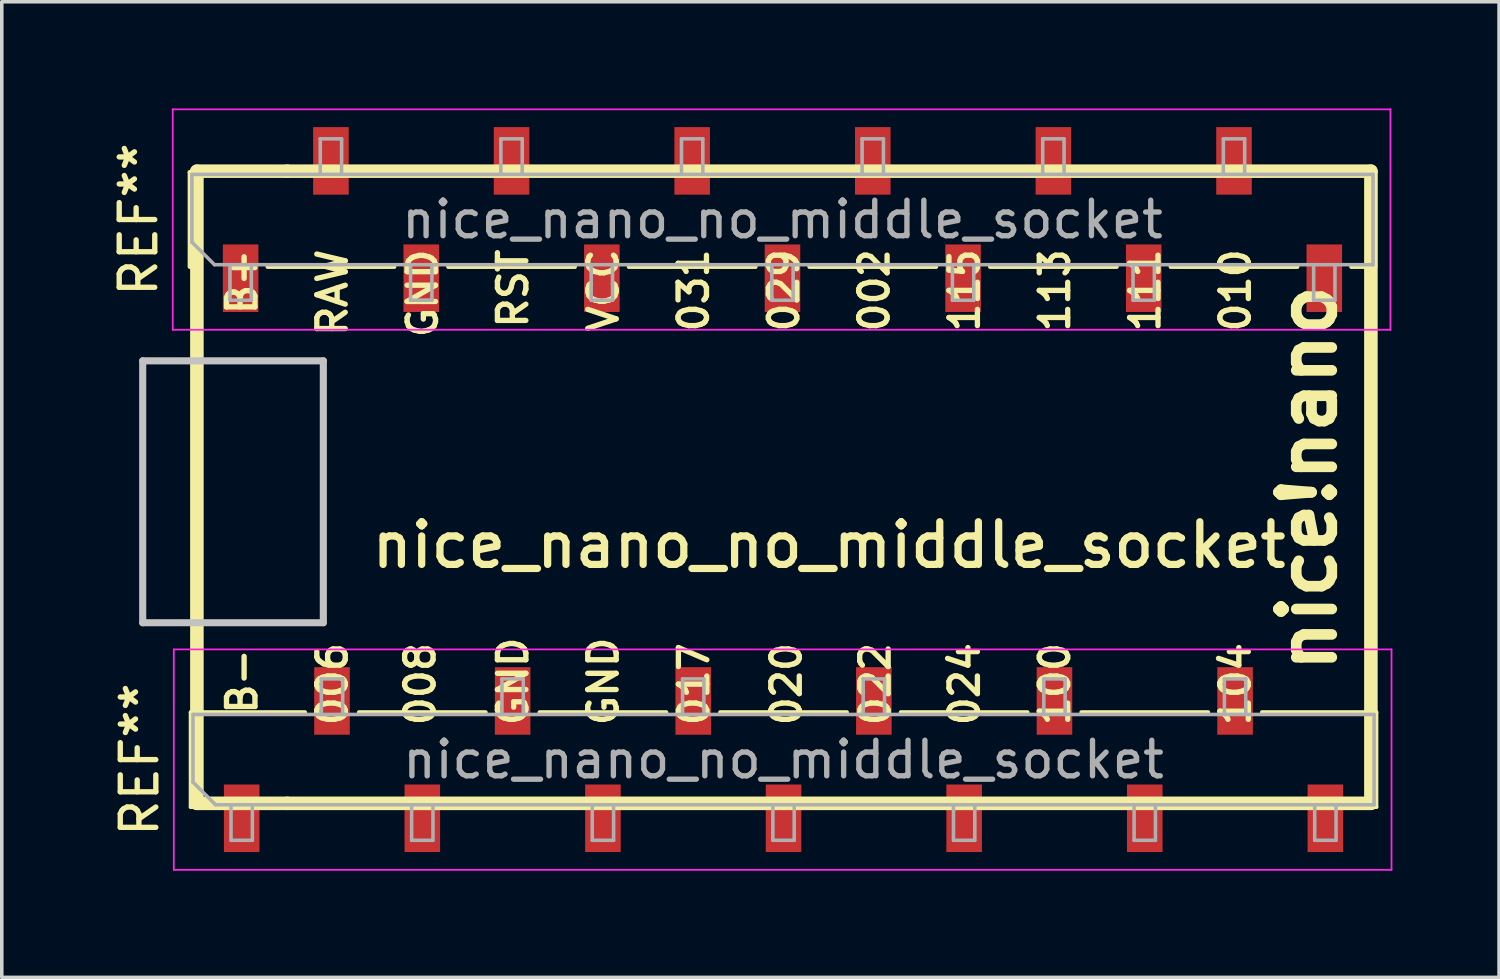
<source format=kicad_pcb>
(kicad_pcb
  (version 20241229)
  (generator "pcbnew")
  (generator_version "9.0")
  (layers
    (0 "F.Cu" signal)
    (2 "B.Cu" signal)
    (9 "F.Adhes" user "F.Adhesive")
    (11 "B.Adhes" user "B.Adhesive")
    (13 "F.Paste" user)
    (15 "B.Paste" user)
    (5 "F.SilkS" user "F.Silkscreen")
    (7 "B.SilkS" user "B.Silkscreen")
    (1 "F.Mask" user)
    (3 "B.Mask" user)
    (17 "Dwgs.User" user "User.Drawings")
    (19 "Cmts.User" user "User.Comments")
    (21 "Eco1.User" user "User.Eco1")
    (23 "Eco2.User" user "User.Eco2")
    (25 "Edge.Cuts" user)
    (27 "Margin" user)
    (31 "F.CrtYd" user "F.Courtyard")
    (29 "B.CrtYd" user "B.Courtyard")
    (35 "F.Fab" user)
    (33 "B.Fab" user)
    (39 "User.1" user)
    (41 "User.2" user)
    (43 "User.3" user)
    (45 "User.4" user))
  (footprint "nice_nano_no_middle_socket"
    (layer "F.Cu")
    (at 20.268 10.655)
    (property "Reference" "nice_nano_no_middle_socket" (at 0 1.625 0) (layer "F.SilkS") (effects (font (size 1.2 1.2) (thickness 0.203))))
    (attr through_hole)
    (fp_line (start -17.98 -8.86) (end -14.77 -8.86) (stroke (width 0.12) (type solid)) (layer "F.SilkS"))
    (fp_line (start -17.98 -6.2) (end -17.98 -8.86) (stroke (width 0.12) (type solid)) (layer "F.SilkS"))
    (fp_line (start -17.95 6.33) (end -14.74 6.33) (stroke (width 0.12) (type solid)) (layer "F.SilkS"))
    (fp_line (start -17.95 8.99) (end -17.95 6.33) (stroke (width 0.12) (type solid)) (layer "F.SilkS"))
    (fp_line (start -17.95 8.99) (end -17.28 8.99) (stroke (width 0.12) (type solid)) (layer "F.SilkS"))
    (fp_line (start -17.78 -8.89) (end -17.78 8.89) (stroke (width 0.381) (type solid)) (layer "F.SilkS"))
    (fp_line (start -17.78 8.89) (end -15.24 8.89) (stroke (width 0.381) (type solid)) (layer "F.SilkS"))
    (fp_line (start -15.79 -6.2) (end -12.23 -6.2) (stroke (width 0.12) (type solid)) (layer "F.SilkS"))
    (fp_line (start -15.76 8.99) (end -12.2 8.99) (stroke (width 0.12) (type solid)) (layer "F.SilkS"))
    (fp_line (start -15.24 -8.89) (end -17.78 -8.89) (stroke (width 0.381) (type solid)) (layer "F.SilkS"))
    (fp_line (start -15.24 8.89) (end 15.24 8.89) (stroke (width 0.381) (type solid)) (layer "F.SilkS"))
    (fp_line (start -13.25 -8.86) (end -9.69 -8.86) (stroke (width 0.12) (type solid)) (layer "F.SilkS"))
    (fp_line (start -13.22 6.33) (end -9.66 6.33) (stroke (width 0.12) (type solid)) (layer "F.SilkS"))
    (fp_line (start -10.71 -6.2) (end -7.15 -6.2) (stroke (width 0.12) (type solid)) (layer "F.SilkS"))
    (fp_line (start -10.68 8.99) (end -7.12 8.99) (stroke (width 0.12) (type solid)) (layer "F.SilkS"))
    (fp_line (start -8.17 -8.86) (end -4.61 -8.86) (stroke (width 0.12) (type solid)) (layer "F.SilkS"))
    (fp_line (start -8.14 6.33) (end -4.58 6.33) (stroke (width 0.12) (type solid)) (layer "F.SilkS"))
    (fp_line (start -5.63 -6.2) (end -2.07 -6.2) (stroke (width 0.12) (type solid)) (layer "F.SilkS"))
    (fp_line (start -5.6 8.99) (end -2.04 8.99) (stroke (width 0.12) (type solid)) (layer "F.SilkS"))
    (fp_line (start -3.09 -8.86) (end 0.47 -8.86) (stroke (width 0.12) (type solid)) (layer "F.SilkS"))
    (fp_line (start -3.06 6.33) (end 0.5 6.33) (stroke (width 0.12) (type solid)) (layer "F.SilkS"))
    (fp_line (start -0.55 -6.2) (end 3.01 -6.2) (stroke (width 0.12) (type solid)) (layer "F.SilkS"))
    (fp_line (start -0.52 8.99) (end 3.04 8.99) (stroke (width 0.12) (type solid)) (layer "F.SilkS"))
    (fp_line (start 1.99 -8.86) (end 5.55 -8.86) (stroke (width 0.12) (type solid)) (layer "F.SilkS"))
    (fp_line (start 2.02 6.33) (end 5.58 6.33) (stroke (width 0.12) (type solid)) (layer "F.SilkS"))
    (fp_line (start 4.53 -6.2) (end 8.09 -6.2) (stroke (width 0.12) (type solid)) (layer "F.SilkS"))
    (fp_line (start 4.56 8.99) (end 8.12 8.99) (stroke (width 0.12) (type solid)) (layer "F.SilkS"))
    (fp_line (start 7.07 -8.86) (end 10.63 -8.86) (stroke (width 0.12) (type solid)) (layer "F.SilkS"))
    (fp_line (start 7.1 6.33) (end 10.66 6.33) (stroke (width 0.12) (type solid)) (layer "F.SilkS"))
    (fp_line (start 9.61 -6.2) (end 13.17 -6.2) (stroke (width 0.12) (type solid)) (layer "F.SilkS"))
    (fp_line (start 9.64 8.99) (end 13.2 8.99) (stroke (width 0.12) (type solid)) (layer "F.SilkS"))
    (fp_line (start 12.15 -8.86) (end 15.36 -8.86) (stroke (width 0.12) (type solid)) (layer "F.SilkS"))
    (fp_line (start 12.18 6.33) (end 15.39 6.33) (stroke (width 0.12) (type solid)) (layer "F.SilkS"))
    (fp_line (start 14.69 -6.2) (end 15.36 -6.2) (stroke (width 0.12) (type solid)) (layer "F.SilkS"))
    (fp_line (start 14.72 8.99) (end 15.39 8.99) (stroke (width 0.12) (type solid)) (layer "F.SilkS"))
    (fp_line (start 15.24 -8.89) (end -15.24 -8.89) (stroke (width 0.381) (type solid)) (layer "F.SilkS"))
    (fp_line (start 15.24 8.89) (end 15.24 -8.89) (stroke (width 0.381) (type solid)) (layer "F.SilkS"))
    (fp_line (start 15.36 -6.2) (end 15.36 -8.86) (stroke (width 0.12) (type solid)) (layer "F.SilkS"))
    (fp_line (start 15.39 8.99) (end 15.39 6.33) (stroke (width 0.12) (type solid)) (layer "F.SilkS"))
    (fp_line (start -19.304 -3.556) (end -14.224 -3.556) (stroke (width 0.2) (type solid)) (layer "Dwgs.User"))
    (fp_line (start -19.304 3.81) (end -19.304 -3.556) (stroke (width 0.2) (type solid)) (layer "Dwgs.User"))
    (fp_line (start -14.224 -3.556) (end -14.224 3.81) (stroke (width 0.2) (type solid)) (layer "Dwgs.User"))
    (fp_line (start -14.224 3.81) (end -19.304 3.81) (stroke (width 0.2) (type solid)) (layer "Dwgs.User"))
    (fp_line (start -18.46 -10.63) (end 15.79 -10.63) (stroke (width 0.05) (type solid)) (layer "F.CrtYd"))
    (fp_line (start -18.46 -4.43) (end -18.46 -10.63) (stroke (width 0.05) (type solid)) (layer "F.CrtYd"))
    (fp_line (start -18.43 4.56) (end 15.82 4.56) (stroke (width 0.05) (type solid)) (layer "F.CrtYd"))
    (fp_line (start -18.43 10.76) (end -18.43 4.56) (stroke (width 0.05) (type solid)) (layer "F.CrtYd"))
    (fp_line (start 15.79 -10.63) (end 15.79 -4.43) (stroke (width 0.05) (type solid)) (layer "F.CrtYd"))
    (fp_line (start 15.79 -4.43) (end -18.46 -4.43) (stroke (width 0.05) (type solid)) (layer "F.CrtYd"))
    (fp_line (start 15.82 4.56) (end 15.82 10.76) (stroke (width 0.05) (type solid)) (layer "F.CrtYd"))
    (fp_line (start 15.82 10.76) (end -18.43 10.76) (stroke (width 0.05) (type solid)) (layer "F.CrtYd"))
    (fp_line (start -17.92 -8.8) (end 15.3 -8.8) (stroke (width 0.1) (type solid)) (layer "F.Fab"))
    (fp_line (start -17.92 -6.895) (end -17.92 -8.8) (stroke (width 0.1) (type solid)) (layer "F.Fab"))
    (fp_line (start -17.89 6.39) (end 15.33 6.39) (stroke (width 0.1) (type solid)) (layer "F.Fab"))
    (fp_line (start -17.89 8.295) (end -17.89 6.39) (stroke (width 0.1) (type solid)) (layer "F.Fab"))
    (fp_line (start -17.285 -6.26) (end -17.92 -6.895) (stroke (width 0.1) (type solid)) (layer "F.Fab"))
    (fp_line (start -17.255 8.93) (end -17.89 8.295) (stroke (width 0.1) (type solid)) (layer "F.Fab"))
    (fp_line (start -16.85 -5.26) (end -16.85 -6.26) (stroke (width 0.1) (type solid)) (layer "F.Fab"))
    (fp_line (start -16.82 9.93) (end -16.82 8.93) (stroke (width 0.1) (type solid)) (layer "F.Fab"))
    (fp_line (start -16.25 -6.26) (end -16.25 -5.26) (stroke (width 0.1) (type solid)) (layer "F.Fab"))
    (fp_line (start -16.25 -5.26) (end -16.85 -5.26) (stroke (width 0.1) (type solid)) (layer "F.Fab"))
    (fp_line (start -16.22 8.93) (end -16.22 9.93) (stroke (width 0.1) (type solid)) (layer "F.Fab"))
    (fp_line (start -16.22 9.93) (end -16.82 9.93) (stroke (width 0.1) (type solid)) (layer "F.Fab"))
    (fp_line (start -14.31 -9.8) (end -13.71 -9.8) (stroke (width 0.1) (type solid)) (layer "F.Fab"))
    (fp_line (start -14.31 -8.8) (end -14.31 -9.8) (stroke (width 0.1) (type solid)) (layer "F.Fab"))
    (fp_line (start -14.28 5.39) (end -13.68 5.39) (stroke (width 0.1) (type solid)) (layer "F.Fab"))
    (fp_line (start -14.28 6.39) (end -14.28 5.39) (stroke (width 0.1) (type solid)) (layer "F.Fab"))
    (fp_line (start -13.71 -9.8) (end -13.71 -8.8) (stroke (width 0.1) (type solid)) (layer "F.Fab"))
    (fp_line (start -13.68 5.39) (end -13.68 6.39) (stroke (width 0.1) (type solid)) (layer "F.Fab"))
    (fp_line (start -11.77 -5.26) (end -11.77 -6.26) (stroke (width 0.1) (type solid)) (layer "F.Fab"))
    (fp_line (start -11.74 9.93) (end -11.74 8.93) (stroke (width 0.1) (type solid)) (layer "F.Fab"))
    (fp_line (start -11.17 -6.26) (end -11.17 -5.26) (stroke (width 0.1) (type solid)) (layer "F.Fab"))
    (fp_line (start -11.17 -5.26) (end -11.77 -5.26) (stroke (width 0.1) (type solid)) (layer "F.Fab"))
    (fp_line (start -11.14 8.93) (end -11.14 9.93) (stroke (width 0.1) (type solid)) (layer "F.Fab"))
    (fp_line (start -11.14 9.93) (end -11.74 9.93) (stroke (width 0.1) (type solid)) (layer "F.Fab"))
    (fp_line (start -9.23 -9.8) (end -8.63 -9.8) (stroke (width 0.1) (type solid)) (layer "F.Fab"))
    (fp_line (start -9.23 -8.8) (end -9.23 -9.8) (stroke (width 0.1) (type solid)) (layer "F.Fab"))
    (fp_line (start -9.2 5.39) (end -8.6 5.39) (stroke (width 0.1) (type solid)) (layer "F.Fab"))
    (fp_line (start -9.2 6.39) (end -9.2 5.39) (stroke (width 0.1) (type solid)) (layer "F.Fab"))
    (fp_line (start -8.63 -9.8) (end -8.63 -8.8) (stroke (width 0.1) (type solid)) (layer "F.Fab"))
    (fp_line (start -8.6 5.39) (end -8.6 6.39) (stroke (width 0.1) (type solid)) (layer "F.Fab"))
    (fp_line (start -6.69 -5.26) (end -6.69 -6.26) (stroke (width 0.1) (type solid)) (layer "F.Fab"))
    (fp_line (start -6.66 9.93) (end -6.66 8.93) (stroke (width 0.1) (type solid)) (layer "F.Fab"))
    (fp_line (start -6.09 -6.26) (end -6.09 -5.26) (stroke (width 0.1) (type solid)) (layer "F.Fab"))
    (fp_line (start -6.09 -5.26) (end -6.69 -5.26) (stroke (width 0.1) (type solid)) (layer "F.Fab"))
    (fp_line (start -6.06 8.93) (end -6.06 9.93) (stroke (width 0.1) (type solid)) (layer "F.Fab"))
    (fp_line (start -6.06 9.93) (end -6.66 9.93) (stroke (width 0.1) (type solid)) (layer "F.Fab"))
    (fp_line (start -4.15 -9.8) (end -3.55 -9.8) (stroke (width 0.1) (type solid)) (layer "F.Fab"))
    (fp_line (start -4.15 -8.8) (end -4.15 -9.8) (stroke (width 0.1) (type solid)) (layer "F.Fab"))
    (fp_line (start -4.12 5.39) (end -3.52 5.39) (stroke (width 0.1) (type solid)) (layer "F.Fab"))
    (fp_line (start -4.12 6.39) (end -4.12 5.39) (stroke (width 0.1) (type solid)) (layer "F.Fab"))
    (fp_line (start -3.55 -9.8) (end -3.55 -8.8) (stroke (width 0.1) (type solid)) (layer "F.Fab"))
    (fp_line (start -3.52 5.39) (end -3.52 6.39) (stroke (width 0.1) (type solid)) (layer "F.Fab"))
    (fp_line (start -1.61 -5.26) (end -1.61 -6.26) (stroke (width 0.1) (type solid)) (layer "F.Fab"))
    (fp_line (start -1.58 9.93) (end -1.58 8.93) (stroke (width 0.1) (type solid)) (layer "F.Fab"))
    (fp_line (start -1.01 -6.26) (end -1.01 -5.26) (stroke (width 0.1) (type solid)) (layer "F.Fab"))
    (fp_line (start -1.01 -5.26) (end -1.61 -5.26) (stroke (width 0.1) (type solid)) (layer "F.Fab"))
    (fp_line (start -0.98 8.93) (end -0.98 9.93) (stroke (width 0.1) (type solid)) (layer "F.Fab"))
    (fp_line (start -0.98 9.93) (end -1.58 9.93) (stroke (width 0.1) (type solid)) (layer "F.Fab"))
    (fp_line (start 0.93 -9.8) (end 1.53 -9.8) (stroke (width 0.1) (type solid)) (layer "F.Fab"))
    (fp_line (start 0.93 -8.8) (end 0.93 -9.8) (stroke (width 0.1) (type solid)) (layer "F.Fab"))
    (fp_line (start 0.96 5.39) (end 1.56 5.39) (stroke (width 0.1) (type solid)) (layer "F.Fab"))
    (fp_line (start 0.96 6.39) (end 0.96 5.39) (stroke (width 0.1) (type solid)) (layer "F.Fab"))
    (fp_line (start 1.53 -9.8) (end 1.53 -8.8) (stroke (width 0.1) (type solid)) (layer "F.Fab"))
    (fp_line (start 1.56 5.39) (end 1.56 6.39) (stroke (width 0.1) (type solid)) (layer "F.Fab"))
    (fp_line (start 3.47 -5.26) (end 3.47 -6.26) (stroke (width 0.1) (type solid)) (layer "F.Fab"))
    (fp_line (start 3.5 9.93) (end 3.5 8.93) (stroke (width 0.1) (type solid)) (layer "F.Fab"))
    (fp_line (start 4.07 -6.26) (end 4.07 -5.26) (stroke (width 0.1) (type solid)) (layer "F.Fab"))
    (fp_line (start 4.07 -5.26) (end 3.47 -5.26) (stroke (width 0.1) (type solid)) (layer "F.Fab"))
    (fp_line (start 4.1 8.93) (end 4.1 9.93) (stroke (width 0.1) (type solid)) (layer "F.Fab"))
    (fp_line (start 4.1 9.93) (end 3.5 9.93) (stroke (width 0.1) (type solid)) (layer "F.Fab"))
    (fp_line (start 6.01 -9.8) (end 6.61 -9.8) (stroke (width 0.1) (type solid)) (layer "F.Fab"))
    (fp_line (start 6.01 -8.8) (end 6.01 -9.8) (stroke (width 0.1) (type solid)) (layer "F.Fab"))
    (fp_line (start 6.04 5.39) (end 6.64 5.39) (stroke (width 0.1) (type solid)) (layer "F.Fab"))
    (fp_line (start 6.04 6.39) (end 6.04 5.39) (stroke (width 0.1) (type solid)) (layer "F.Fab"))
    (fp_line (start 6.61 -9.8) (end 6.61 -8.8) (stroke (width 0.1) (type solid)) (layer "F.Fab"))
    (fp_line (start 6.64 5.39) (end 6.64 6.39) (stroke (width 0.1) (type solid)) (layer "F.Fab"))
    (fp_line (start 8.55 -5.26) (end 8.55 -6.26) (stroke (width 0.1) (type solid)) (layer "F.Fab"))
    (fp_line (start 8.58 9.93) (end 8.58 8.93) (stroke (width 0.1) (type solid)) (layer "F.Fab"))
    (fp_line (start 9.15 -6.26) (end 9.15 -5.26) (stroke (width 0.1) (type solid)) (layer "F.Fab"))
    (fp_line (start 9.15 -5.26) (end 8.55 -5.26) (stroke (width 0.1) (type solid)) (layer "F.Fab"))
    (fp_line (start 9.18 8.93) (end 9.18 9.93) (stroke (width 0.1) (type solid)) (layer "F.Fab"))
    (fp_line (start 9.18 9.93) (end 8.58 9.93) (stroke (width 0.1) (type solid)) (layer "F.Fab"))
    (fp_line (start 11.09 -9.8) (end 11.69 -9.8) (stroke (width 0.1) (type solid)) (layer "F.Fab"))
    (fp_line (start 11.09 -8.8) (end 11.09 -9.8) (stroke (width 0.1) (type solid)) (layer "F.Fab"))
    (fp_line (start 11.12 5.39) (end 11.72 5.39) (stroke (width 0.1) (type solid)) (layer "F.Fab"))
    (fp_line (start 11.12 6.39) (end 11.12 5.39) (stroke (width 0.1) (type solid)) (layer "F.Fab"))
    (fp_line (start 11.69 -9.8) (end 11.69 -8.8) (stroke (width 0.1) (type solid)) (layer "F.Fab"))
    (fp_line (start 11.72 5.39) (end 11.72 6.39) (stroke (width 0.1) (type solid)) (layer "F.Fab"))
    (fp_line (start 13.63 -5.26) (end 13.63 -6.26) (stroke (width 0.1) (type solid)) (layer "F.Fab"))
    (fp_line (start 13.66 9.93) (end 13.66 8.93) (stroke (width 0.1) (type solid)) (layer "F.Fab"))
    (fp_line (start 14.23 -6.26) (end 14.23 -5.26) (stroke (width 0.1) (type solid)) (layer "F.Fab"))
    (fp_line (start 14.23 -5.26) (end 13.63 -5.26) (stroke (width 0.1) (type solid)) (layer "F.Fab"))
    (fp_line (start 14.26 8.93) (end 14.26 9.93) (stroke (width 0.1) (type solid)) (layer "F.Fab"))
    (fp_line (start 14.26 9.93) (end 13.66 9.93) (stroke (width 0.1) (type solid)) (layer "F.Fab"))
    (fp_line (start 15.3 -8.8) (end 15.3 -6.26) (stroke (width 0.1) (type solid)) (layer "F.Fab"))
    (fp_line (start 15.3 -6.26) (end -17.285 -6.26) (stroke (width 0.1) (type solid)) (layer "F.Fab"))
    (fp_line (start 15.33 6.39) (end 15.33 8.93) (stroke (width 0.1) (type solid)) (layer "F.Fab"))
    (fp_line (start 15.33 8.93) (end -17.255 8.93) (stroke (width 0.1) (type solid)) (layer "F.Fab"))
    (fp_text user "100" (at 6.35 5.537 90) (layer "F.SilkS") (effects (font (size 0.8 0.8) (thickness 0.15))))
    (fp_text user "002" (at 1.27 -5.537 90) (layer "F.SilkS") (effects (font (size 0.8 0.8) (thickness 0.15))))
    (fp_text user "115" (at 3.81 -5.537 90) (layer "F.SilkS") (effects (font (size 0.8 0.8) (thickness 0.15))))
    (fp_text user "VCC" (at -6.35 -5.537 90) (layer "F.SilkS") (effects (font (size 0.8 0.8) (thickness 0.15))))
    (fp_text user "nice!nano" (at 13.462 -0.254 90) (layer "F.SilkS") (effects (font (size 1.5 1.5) (thickness 0.3))))
    (fp_text user "017" (at -3.8 5.537 90) (layer "F.SilkS") (effects (font (size 0.8 0.8) (thickness 0.15))))
    (fp_text user "020" (at -1.2 5.537 90) (layer "F.SilkS") (effects (font (size 0.8 0.8) (thickness 0.15))))
    (fp_text user "B+" (at -16.51 -5.778 90) (layer "F.SilkS") (effects (font (size 0.8 0.8) (thickness 0.15))))
    (fp_text user "REF**" (at -19.39 7.66 90) (layer "F.SilkS") (effects (font (size 1 1) (thickness 0.15))))
    (fp_text user "RAW" (at -13.97 -5.474 90) (layer "F.SilkS") (effects (font (size 0.8 0.8) (thickness 0.15))))
    (fp_text user "008" (at -11.5 5.537 90) (layer "F.SilkS") (effects (font (size 0.8 0.8) (thickness 0.15))))
    (fp_text user "006" (at -13.97 5.537 90) (layer "F.SilkS") (effects (font (size 0.8 0.8) (thickness 0.15))))
    (fp_text user "GND" (at -6.35 5.461 90) (layer "F.SilkS") (effects (font (size 0.8 0.8) (thickness 0.15))))
    (fp_text user "113" (at 6.35 -5.537 90) (layer "F.SilkS") (effects (font (size 0.8 0.8) (thickness 0.15))))
    (fp_text user "GND" (at -11.43 -5.455 90) (layer "F.SilkS") (effects (font (size 0.8 0.8) (thickness 0.15))))
    (fp_text user "RST" (at -8.89 -5.588 90) (layer "F.SilkS") (effects (font (size 0.8 0.8) (thickness 0.15))))
    (fp_text user "B-" (at -16.51 5.461 90) (layer "F.SilkS") (effects (font (size 0.8 0.8) (thickness 0.15))))
    (fp_text user "022" (at 1.3 5.537 90) (layer "F.SilkS") (effects (font (size 0.8 0.8) (thickness 0.15))))
    (fp_text user "REF**" (at -19.42 -7.53 90) (layer "F.SilkS") (effects (font (size 1 1) (thickness 0.15))))
    (fp_text user "111" (at 8.89 -5.537 90) (layer "F.SilkS") (effects (font (size 0.8 0.8) (thickness 0.15))))
    (fp_text user "010" (at 11.43 -5.537 90) (layer "F.SilkS") (effects (font (size 0.8 0.8) (thickness 0.15))))
    (fp_text user "031" (at -3.81 -5.537 90) (layer "F.SilkS") (effects (font (size 0.8 0.8) (thickness 0.15))))
    (fp_text user "GND" (at -8.89 5.461 90) (layer "F.SilkS") (effects (font (size 0.8 0.8) (thickness 0.15))))
    (fp_text user "024" (at 3.81 5.537 90) (layer "F.SilkS") (effects (font (size 0.8 0.8) (thickness 0.15))))
    (fp_text user "104" (at 11.43 5.537 90) (layer "F.SilkS") (effects (font (size 0.8 0.8) (thickness 0.15))))
    (fp_text user "029" (at -1.27 -5.537 90) (layer "F.SilkS") (effects (font (size 0.8 0.8) (thickness 0.15))))
    (fp_text user "${REFERENCE}" (at -1.28 7.66 180) (layer "F.Fab") (effects (font (size 1 1) (thickness 0.15))))
    (fp_text user "${REFERENCE}" (at -1.31 -7.53 180) (layer "F.Fab") (effects (font (size 1 1) (thickness 0.15))))
    (pad "1" smd rect (at -16.52 9.31 90) (size 1.9 1) (layers "F.Cu" "F.Mask" "F.Paste"))
    (pad "2" smd rect (at -13.98 6.01 90) (size 1.9 1) (layers "F.Cu" "F.Mask" "F.Paste"))
    (pad "3" smd rect (at -11.44 9.31 90) (size 1.9 1) (layers "F.Cu" "F.Mask" "F.Paste"))
    (pad "4" smd rect (at -8.9 6.01 90) (size 1.9 1) (layers "F.Cu" "F.Mask" "F.Paste"))
    (pad "5" smd rect (at -6.36 9.31 90) (size 1.9 1) (layers "F.Cu" "F.Mask" "F.Paste"))
    (pad "6" smd rect (at -3.82 6.01 90) (size 1.9 1) (layers "F.Cu" "F.Mask" "F.Paste"))
    (pad "7" smd rect (at -1.28 9.31 90) (size 1.9 1) (layers "F.Cu" "F.Mask" "F.Paste"))
    (pad "8" smd rect (at 1.26 6.01 90) (size 1.9 1) (layers "F.Cu" "F.Mask" "F.Paste"))
    (pad "9" smd rect (at 3.8 9.31 90) (size 1.9 1) (layers "F.Cu" "F.Mask" "F.Paste"))
    (pad "10" smd rect (at 6.34 6.01 90) (size 1.9 1) (layers "F.Cu" "F.Mask" "F.Paste"))
    (pad "11" smd rect (at 8.88 9.31 90) (size 1.9 1) (layers "F.Cu" "F.Mask" "F.Paste"))
    (pad "12" smd rect (at 11.42 6.01 90) (size 1.9 1) (layers "F.Cu" "F.Mask" "F.Paste"))
    (pad "13" smd rect (at 13.96 9.31 90) (size 1.9 1) (layers "F.Cu" "F.Mask" "F.Paste"))
    (pad "14" smd rect (at 13.93 -5.88 90) (size 1.9 1) (layers "F.Cu" "F.Mask" "F.Paste"))
    (pad "15" smd rect (at 11.39 -9.18 90) (size 1.9 1) (layers "F.Cu" "F.Mask" "F.Paste"))
    (pad "16" smd rect (at 8.85 -5.88 90) (size 1.9 1) (layers "F.Cu" "F.Mask" "F.Paste"))
    (pad "17" smd rect (at 6.31 -9.18 90) (size 1.9 1) (layers "F.Cu" "F.Mask" "F.Paste"))
    (pad "18" smd rect (at 3.77 -5.88 90) (size 1.9 1) (layers "F.Cu" "F.Mask" "F.Paste"))
    (pad "19" smd rect (at 1.23 -9.18 90) (size 1.9 1) (layers "F.Cu" "F.Mask" "F.Paste"))
    (pad "20" smd rect (at -1.31 -5.88 90) (size 1.9 1) (layers "F.Cu" "F.Mask" "F.Paste"))
    (pad "21" smd rect (at -3.85 -9.18 90) (size 1.9 1) (layers "F.Cu" "F.Mask" "F.Paste"))
    (pad "22" smd rect (at -6.39 -5.88 90) (size 1.9 1) (layers "F.Cu" "F.Mask" "F.Paste"))
    (pad "23" smd rect (at -8.93 -9.18 90) (size 1.9 1) (layers "F.Cu" "F.Mask" "F.Paste"))
    (pad "24" smd rect (at -11.47 -5.88 90) (size 1.9 1) (layers "F.Cu" "F.Mask" "F.Paste"))
    (pad "25" smd rect (at -14.01 -9.18 90) (size 1.9 1) (layers "F.Cu" "F.Mask" "F.Paste"))
    (pad "26" smd rect (at -16.55 -5.88 90) (size 1.9 1) (layers "F.Cu" "F.Mask" "F.Paste")))
  (gr_rect
    (start -3 -3)
    (end 39.113 24.44)
    (stroke (width 0.1) (type default))
    (fill no)
    (layer "Edge.Cuts")))
</source>
